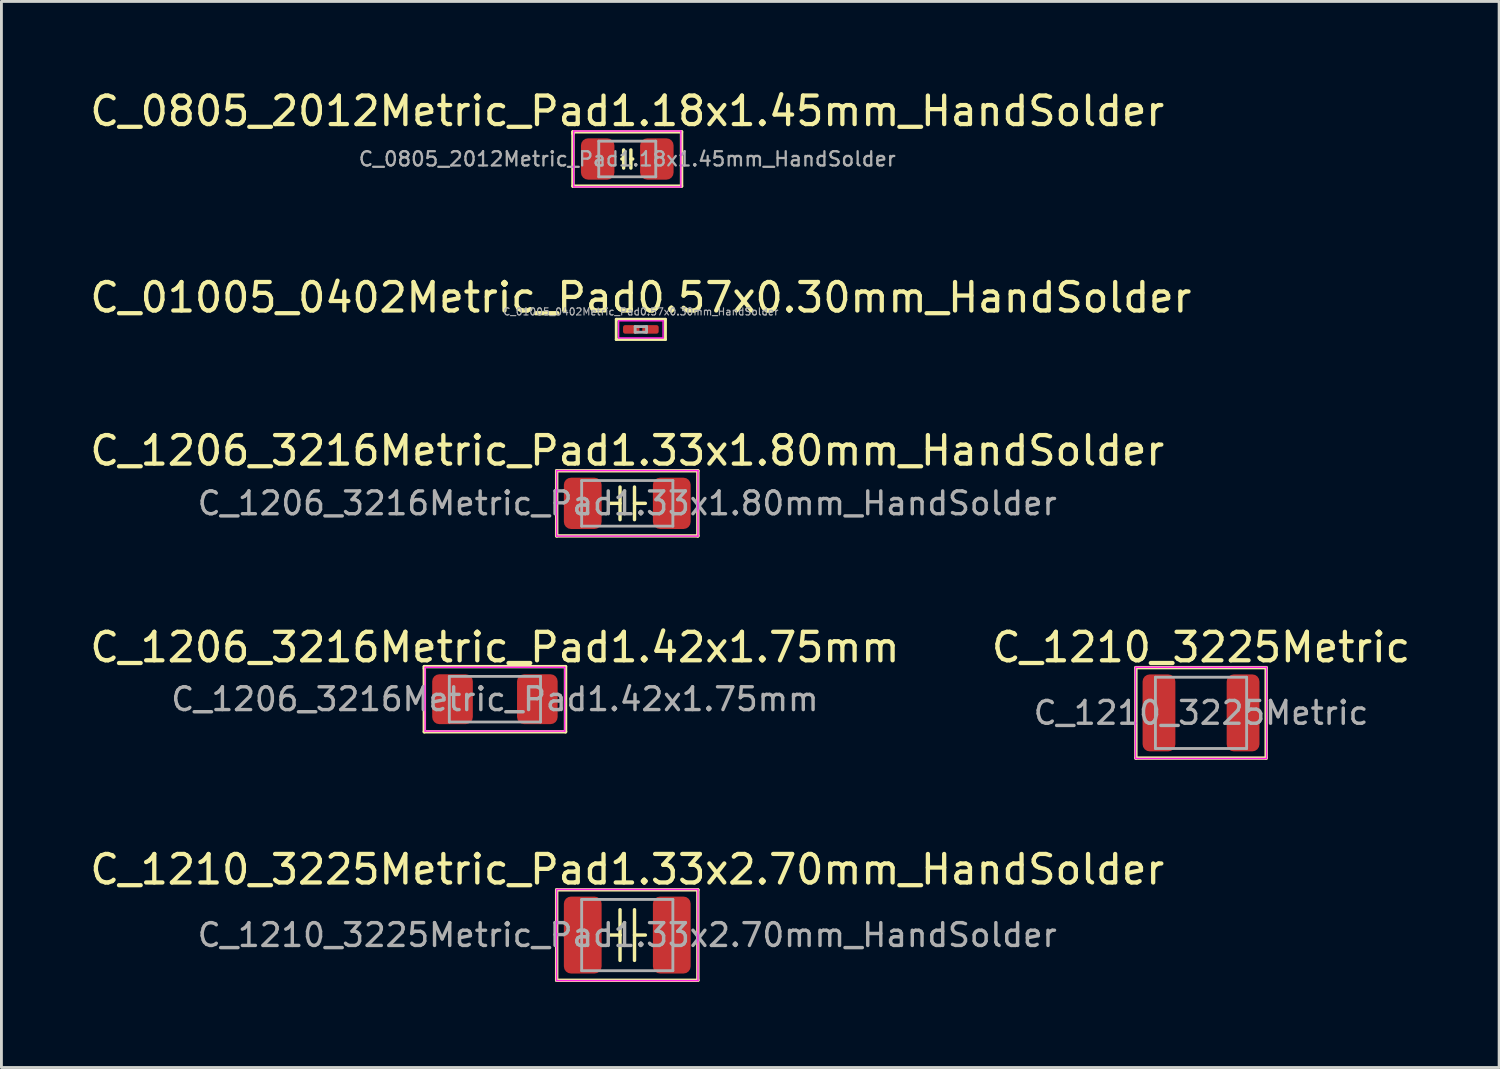
<source format=kicad_pcb>
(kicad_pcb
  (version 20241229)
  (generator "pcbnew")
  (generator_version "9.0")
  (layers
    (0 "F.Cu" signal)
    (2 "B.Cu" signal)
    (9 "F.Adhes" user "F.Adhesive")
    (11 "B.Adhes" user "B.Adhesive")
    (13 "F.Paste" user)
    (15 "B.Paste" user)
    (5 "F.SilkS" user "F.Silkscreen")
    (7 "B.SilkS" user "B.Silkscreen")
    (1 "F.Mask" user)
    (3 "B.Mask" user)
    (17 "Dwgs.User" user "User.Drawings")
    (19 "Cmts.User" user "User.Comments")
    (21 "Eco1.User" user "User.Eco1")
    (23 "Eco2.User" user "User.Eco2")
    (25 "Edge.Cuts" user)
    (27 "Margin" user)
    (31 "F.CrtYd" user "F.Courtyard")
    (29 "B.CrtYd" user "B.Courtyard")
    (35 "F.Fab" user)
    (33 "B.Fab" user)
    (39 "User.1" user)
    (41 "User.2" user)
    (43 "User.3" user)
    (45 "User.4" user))
  (footprint "C_0805_2012Metric_Pad1.18x1.45mm_HandSolder"
    (layer "F.Cu")
    (at 18.958 2.528)
    (property "Reference" "C_0805_2012Metric_Pad1.18x1.45mm_HandSolder" (at 0 -1.68 0) (layer "F.SilkS") (effects (font (size 1 1) (thickness 0.15))))
    (attr smd)
    (fp_line (start -1.905 -0.953) (end -1.905 -0.889) (stroke (width 0.12) (type solid)) (layer "F.SilkS"))
    (fp_line (start -1.905 -0.889) (end -1.905 0.953) (stroke (width 0.12) (type solid)) (layer "F.SilkS"))
    (fp_line (start -1.905 0.953) (end 1.905 0.953) (stroke (width 0.12) (type solid)) (layer "F.SilkS"))
    (fp_line (start -0.127 -0.318) (end -0.127 0.318) (stroke (width 0.12) (type solid)) (layer "F.SilkS"))
    (fp_line (start -0.127 0) (end -0.191 0) (stroke (width 0.12) (type solid)) (layer "F.SilkS"))
    (fp_line (start 0.127 0) (end 0.191 0) (stroke (width 0.12) (type solid)) (layer "F.SilkS"))
    (fp_line (start 0.127 0.318) (end 0.127 -0.318) (stroke (width 0.12) (type solid)) (layer "F.SilkS"))
    (fp_line (start 1.905 -0.953) (end -1.905 -0.953) (stroke (width 0.12) (type solid)) (layer "F.SilkS"))
    (fp_line (start 1.905 0.953) (end 1.905 -0.953) (stroke (width 0.12) (type solid)) (layer "F.SilkS"))
    (fp_line (start -1.88 -0.98) (end 1.88 -0.98) (stroke (width 0.05) (type solid)) (layer "F.CrtYd"))
    (fp_line (start -1.88 0.98) (end -1.88 -0.98) (stroke (width 0.05) (type solid)) (layer "F.CrtYd"))
    (fp_line (start 1.88 -0.98) (end 1.88 0.98) (stroke (width 0.05) (type solid)) (layer "F.CrtYd"))
    (fp_line (start 1.88 0.98) (end -1.88 0.98) (stroke (width 0.05) (type solid)) (layer "F.CrtYd"))
    (fp_line (start -1 -0.625) (end 1 -0.625) (stroke (width 0.1) (type solid)) (layer "F.Fab"))
    (fp_line (start -1 0.625) (end -1 -0.625) (stroke (width 0.1) (type solid)) (layer "F.Fab"))
    (fp_line (start 1 -0.625) (end 1 0.625) (stroke (width 0.1) (type solid)) (layer "F.Fab"))
    (fp_line (start 1 0.625) (end -1 0.625) (stroke (width 0.1) (type solid)) (layer "F.Fab"))
    (fp_text user "${REFERENCE}" (at 0 0 0) (layer "F.Fab") (effects (font (size 0.5 0.5) (thickness 0.08))))
    (pad "1" smd roundrect (at -1.038 0) (size 1.175 1.45) (layers "F.Cu" "F.Mask" "F.Paste") (roundrect_rratio 0.213))
    (pad "2" smd roundrect (at 1.038 0) (size 1.175 1.45) (layers "F.Cu" "F.Mask" "F.Paste") (roundrect_rratio 0.213)))
  (footprint "C_1210_3225Metric"
    (layer "F.Cu")
    (at 39.089 21.962)
    (property "Reference" "C_1210_3225Metric" (at 0 -2.3 0) (layer "F.SilkS") (effects (font (size 1 1) (thickness 0.15))))
    (attr smd)
    (fp_line (start -2.286 -1.587) (end -2.286 1.587) (stroke (width 0.12) (type solid)) (layer "F.SilkS"))
    (fp_line (start -2.286 1.587) (end 2.286 1.587) (stroke (width 0.12) (type solid)) (layer "F.SilkS"))
    (fp_line (start 2.286 -1.587) (end -2.286 -1.587) (stroke (width 0.12) (type solid)) (layer "F.SilkS"))
    (fp_line (start 2.286 1.587) (end 2.286 -1.587) (stroke (width 0.12) (type solid)) (layer "F.SilkS"))
    (fp_line (start -2.3 -1.6) (end 2.3 -1.6) (stroke (width 0.05) (type solid)) (layer "F.CrtYd"))
    (fp_line (start -2.3 1.6) (end -2.3 -1.6) (stroke (width 0.05) (type solid)) (layer "F.CrtYd"))
    (fp_line (start 2.3 -1.6) (end 2.3 1.6) (stroke (width 0.05) (type solid)) (layer "F.CrtYd"))
    (fp_line (start 2.3 1.6) (end -2.3 1.6) (stroke (width 0.05) (type solid)) (layer "F.CrtYd"))
    (fp_line (start -1.6 -1.25) (end 1.6 -1.25) (stroke (width 0.1) (type solid)) (layer "F.Fab"))
    (fp_line (start -1.6 1.25) (end -1.6 -1.25) (stroke (width 0.1) (type solid)) (layer "F.Fab"))
    (fp_line (start 1.6 -1.25) (end 1.6 1.25) (stroke (width 0.1) (type solid)) (layer "F.Fab"))
    (fp_line (start 1.6 1.25) (end -1.6 1.25) (stroke (width 0.1) (type solid)) (layer "F.Fab"))
    (fp_text user "${REFERENCE}" (at 0 0 0) (layer "F.Fab") (effects (font (size 0.8 0.8) (thickness 0.12))))
    (pad "1" smd roundrect (at -1.475 0) (size 1.15 2.7) (layers "F.Cu" "F.Mask" "F.Paste") (roundrect_rratio 0.217))
    (pad "2" smd roundrect (at 1.475 0) (size 1.15 2.7) (layers "F.Cu" "F.Mask" "F.Paste") (roundrect_rratio 0.217)))
  (footprint "C_1210_3225Metric_Pad1.33x2.70mm_HandSolder"
    (layer "F.Cu")
    (at 18.958 29.757)
    (property "Reference" "C_1210_3225Metric_Pad1.33x2.70mm_HandSolder" (at 0 -2.3 0) (layer "F.SilkS") (effects (font (size 1 1) (thickness 0.15))))
    (attr smd)
    (fp_line (start -2.477 -1.587) (end -2.477 1.587) (stroke (width 0.12) (type solid)) (layer "F.SilkS"))
    (fp_line (start -2.477 1.587) (end 2.477 1.587) (stroke (width 0.12) (type solid)) (layer "F.SilkS"))
    (fp_line (start -0.254 -0.889) (end -0.254 0) (stroke (width 0.12) (type solid)) (layer "F.SilkS"))
    (fp_line (start -0.254 0) (end -0.635 0) (stroke (width 0.12) (type solid)) (layer "F.SilkS"))
    (fp_line (start -0.254 0) (end -0.254 0.889) (stroke (width 0.12) (type solid)) (layer "F.SilkS"))
    (fp_line (start 0.254 -0.889) (end 0.254 0.889) (stroke (width 0.12) (type solid)) (layer "F.SilkS"))
    (fp_line (start 0.254 0) (end 0.635 0) (stroke (width 0.12) (type solid)) (layer "F.SilkS"))
    (fp_line (start 2.477 -1.587) (end -2.477 -1.587) (stroke (width 0.12) (type solid)) (layer "F.SilkS"))
    (fp_line (start 2.477 1.587) (end 2.477 -1.587) (stroke (width 0.12) (type solid)) (layer "F.SilkS"))
    (fp_line (start -2.48 -1.6) (end 2.48 -1.6) (stroke (width 0.05) (type solid)) (layer "F.CrtYd"))
    (fp_line (start -2.48 1.6) (end -2.48 -1.6) (stroke (width 0.05) (type solid)) (layer "F.CrtYd"))
    (fp_line (start 2.48 -1.6) (end 2.48 1.6) (stroke (width 0.05) (type solid)) (layer "F.CrtYd"))
    (fp_line (start 2.48 1.6) (end -2.48 1.6) (stroke (width 0.05) (type solid)) (layer "F.CrtYd"))
    (fp_line (start -1.6 -1.25) (end 1.6 -1.25) (stroke (width 0.1) (type solid)) (layer "F.Fab"))
    (fp_line (start -1.6 1.25) (end -1.6 -1.25) (stroke (width 0.1) (type solid)) (layer "F.Fab"))
    (fp_line (start 1.6 -1.25) (end 1.6 1.25) (stroke (width 0.1) (type solid)) (layer "F.Fab"))
    (fp_line (start 1.6 1.25) (end -1.6 1.25) (stroke (width 0.1) (type solid)) (layer "F.Fab"))
    (fp_text user "${REFERENCE}" (at 0 0 0) (layer "F.Fab") (effects (font (size 0.8 0.8) (thickness 0.12))))
    (pad "1" smd roundrect (at -1.562 0) (size 1.325 2.7) (layers "F.Cu" "F.Mask" "F.Paste") (roundrect_rratio 0.189))
    (pad "2" smd roundrect (at 1.562 0) (size 1.325 2.7) (layers "F.Cu" "F.Mask" "F.Paste") (roundrect_rratio 0.189)))
  (footprint "C_1206_3216Metric_Pad1.33x1.80mm_HandSolder"
    (layer "F.Cu")
    (at 18.958 14.61)
    (property "Reference" "C_1206_3216Metric_Pad1.33x1.80mm_HandSolder" (at 0 -1.85 0) (layer "F.SilkS") (effects (font (size 1 1) (thickness 0.15))))
    (attr smd)
    (fp_line (start -2.477 -1.143) (end -2.477 1.143) (stroke (width 0.12) (type solid)) (layer "F.SilkS"))
    (fp_line (start -2.477 1.143) (end 2.477 1.143) (stroke (width 0.12) (type solid)) (layer "F.SilkS"))
    (fp_line (start -0.254 -0.572) (end -0.254 0.572) (stroke (width 0.12) (type solid)) (layer "F.SilkS"))
    (fp_line (start -0.254 0) (end -0.635 0) (stroke (width 0.12) (type solid)) (layer "F.SilkS"))
    (fp_line (start 0.254 -0.572) (end 0.254 0.572) (stroke (width 0.12) (type solid)) (layer "F.SilkS"))
    (fp_line (start 0.254 0) (end 0.635 0) (stroke (width 0.12) (type solid)) (layer "F.SilkS"))
    (fp_line (start 2.477 -1.143) (end -2.477 -1.143) (stroke (width 0.12) (type solid)) (layer "F.SilkS"))
    (fp_line (start 2.477 1.143) (end 2.477 -1.143) (stroke (width 0.12) (type solid)) (layer "F.SilkS"))
    (fp_line (start -2.48 -1.15) (end 2.48 -1.15) (stroke (width 0.05) (type solid)) (layer "F.CrtYd"))
    (fp_line (start -2.48 1.15) (end -2.48 -1.15) (stroke (width 0.05) (type solid)) (layer "F.CrtYd"))
    (fp_line (start 2.48 -1.15) (end 2.48 1.15) (stroke (width 0.05) (type solid)) (layer "F.CrtYd"))
    (fp_line (start 2.48 1.15) (end -2.48 1.15) (stroke (width 0.05) (type solid)) (layer "F.CrtYd"))
    (fp_line (start -1.6 -0.8) (end 1.6 -0.8) (stroke (width 0.1) (type solid)) (layer "F.Fab"))
    (fp_line (start -1.6 0.8) (end -1.6 -0.8) (stroke (width 0.1) (type solid)) (layer "F.Fab"))
    (fp_line (start 1.6 -0.8) (end 1.6 0.8) (stroke (width 0.1) (type solid)) (layer "F.Fab"))
    (fp_line (start 1.6 0.8) (end -1.6 0.8) (stroke (width 0.1) (type solid)) (layer "F.Fab"))
    (fp_text user "${REFERENCE}" (at 0 0 0) (layer "F.Fab") (effects (font (size 0.8 0.8) (thickness 0.12))))
    (pad "1" smd roundrect (at -1.562 0) (size 1.325 1.8) (layers "F.Cu" "F.Mask" "F.Paste") (roundrect_rratio 0.189))
    (pad "2" smd roundrect (at 1.562 0) (size 1.325 1.8) (layers "F.Cu" "F.Mask" "F.Paste") (roundrect_rratio 0.189)))
  (footprint "C_01005_0402Metric_Pad0.57x0.30mm_HandSolder"
    (layer "F.Cu")
    (at 19.435 8.507)
    (property "Reference" "C_01005_0402Metric_Pad0.57x0.30mm_HandSolder" (at 0 -1.118 0) (layer "F.SilkS") (effects (font (size 1 1) (thickness 0.15))))
    (attr smd)
    (fp_line (start -0.864 -0.356) (end -0.864 0.356) (stroke (width 0.1) (type solid)) (layer "F.SilkS"))
    (fp_line (start -0.864 0.356) (end 0.864 0.356) (stroke (width 0.1) (type solid)) (layer "F.SilkS"))
    (fp_line (start 0.864 -0.356) (end -0.864 -0.356) (stroke (width 0.1) (type solid)) (layer "F.SilkS"))
    (fp_line (start 0.864 0.356) (end 0.864 -0.356) (stroke (width 0.1) (type solid)) (layer "F.SilkS"))
    (fp_line (start -0.78 -0.3) (end 0.78 -0.3) (stroke (width 0.05) (type solid)) (layer "F.CrtYd"))
    (fp_line (start -0.78 0.3) (end -0.78 -0.3) (stroke (width 0.05) (type solid)) (layer "F.CrtYd"))
    (fp_line (start 0.78 -0.3) (end 0.78 0.3) (stroke (width 0.05) (type solid)) (layer "F.CrtYd"))
    (fp_line (start 0.78 0.3) (end -0.78 0.3) (stroke (width 0.05) (type solid)) (layer "F.CrtYd"))
    (fp_line (start -0.2 -0.1) (end 0.2 -0.1) (stroke (width 0.1) (type solid)) (layer "F.Fab"))
    (fp_line (start -0.2 0.1) (end -0.2 -0.1) (stroke (width 0.1) (type solid)) (layer "F.Fab"))
    (fp_line (start 0.2 -0.1) (end 0.2 0.1) (stroke (width 0.1) (type solid)) (layer "F.Fab"))
    (fp_line (start 0.2 0.1) (end -0.2 0.1) (stroke (width 0.1) (type solid)) (layer "F.Fab"))
    (fp_text user "${REFERENCE}" (at 0 -0.62 0) (layer "F.Fab") (effects (font (size 0.25 0.25) (thickness 0.04))))
    (pad "" smd roundrect (at -0.362 0) (size 0.41 0.27) (layers "F.Paste") (roundrect_rratio 0.25))
    (pad "" smd roundrect (at 0.362 0) (size 0.41 0.27) (layers "F.Paste") (roundrect_rratio 0.25))
    (pad "1" smd roundrect (at -0.338 0) (size 0.575 0.3) (layers "F.Cu" "F.Mask") (roundrect_rratio 0.25))
    (pad "2" smd roundrect (at 0.338 0) (size 0.575 0.3) (layers "F.Cu" "F.Mask") (roundrect_rratio 0.25)))
  (footprint "C_1206_3216Metric_Pad1.42x1.75mm"
    (layer "F.Cu")
    (at 14.315 21.482)
    (property "Reference" "C_1206_3216Metric_Pad1.42x1.75mm" (at 0 -1.82 0) (layer "F.SilkS") (effects (font (size 1 1) (thickness 0.15))))
    (attr smd)
    (fp_line (start -2.477 -1.143) (end -2.477 -1.079) (stroke (width 0.12) (type solid)) (layer "F.SilkS"))
    (fp_line (start -2.477 -1.079) (end -2.477 1.143) (stroke (width 0.12) (type solid)) (layer "F.SilkS"))
    (fp_line (start -2.477 1.143) (end 2.477 1.143) (stroke (width 0.12) (type solid)) (layer "F.SilkS"))
    (fp_line (start 2.477 -1.143) (end -2.477 -1.143) (stroke (width 0.12) (type solid)) (layer "F.SilkS"))
    (fp_line (start 2.477 1.143) (end 2.477 -1.143) (stroke (width 0.12) (type solid)) (layer "F.SilkS"))
    (fp_line (start -2.45 -1.12) (end 2.45 -1.12) (stroke (width 0.05) (type solid)) (layer "F.CrtYd"))
    (fp_line (start -2.45 1.12) (end -2.45 -1.12) (stroke (width 0.05) (type solid)) (layer "F.CrtYd"))
    (fp_line (start 2.45 -1.12) (end 2.45 1.12) (stroke (width 0.05) (type solid)) (layer "F.CrtYd"))
    (fp_line (start 2.45 1.12) (end -2.45 1.12) (stroke (width 0.05) (type solid)) (layer "F.CrtYd"))
    (fp_line (start -1.6 -0.8) (end 1.6 -0.8) (stroke (width 0.1) (type solid)) (layer "F.Fab"))
    (fp_line (start -1.6 0.8) (end -1.6 -0.8) (stroke (width 0.1) (type solid)) (layer "F.Fab"))
    (fp_line (start 1.6 -0.8) (end 1.6 0.8) (stroke (width 0.1) (type solid)) (layer "F.Fab"))
    (fp_line (start 1.6 0.8) (end -1.6 0.8) (stroke (width 0.1) (type solid)) (layer "F.Fab"))
    (fp_text user "${REFERENCE}" (at 0 0 0) (layer "F.Fab") (effects (font (size 0.8 0.8) (thickness 0.12))))
    (pad "1" smd roundrect (at -1.488 0) (size 1.425 1.75) (layers "F.Cu" "F.Mask" "F.Paste") (roundrect_rratio 0.175))
    (pad "2" smd roundrect (at 1.488 0) (size 1.425 1.75) (layers "F.Cu" "F.Mask" "F.Paste") (roundrect_rratio 0.175)))
  (gr_rect
    (start -3 -3)
    (end 49.548 34.405)
    (stroke (width 0.1) (type default))
    (fill no)
    (layer "Edge.Cuts")))
</source>
